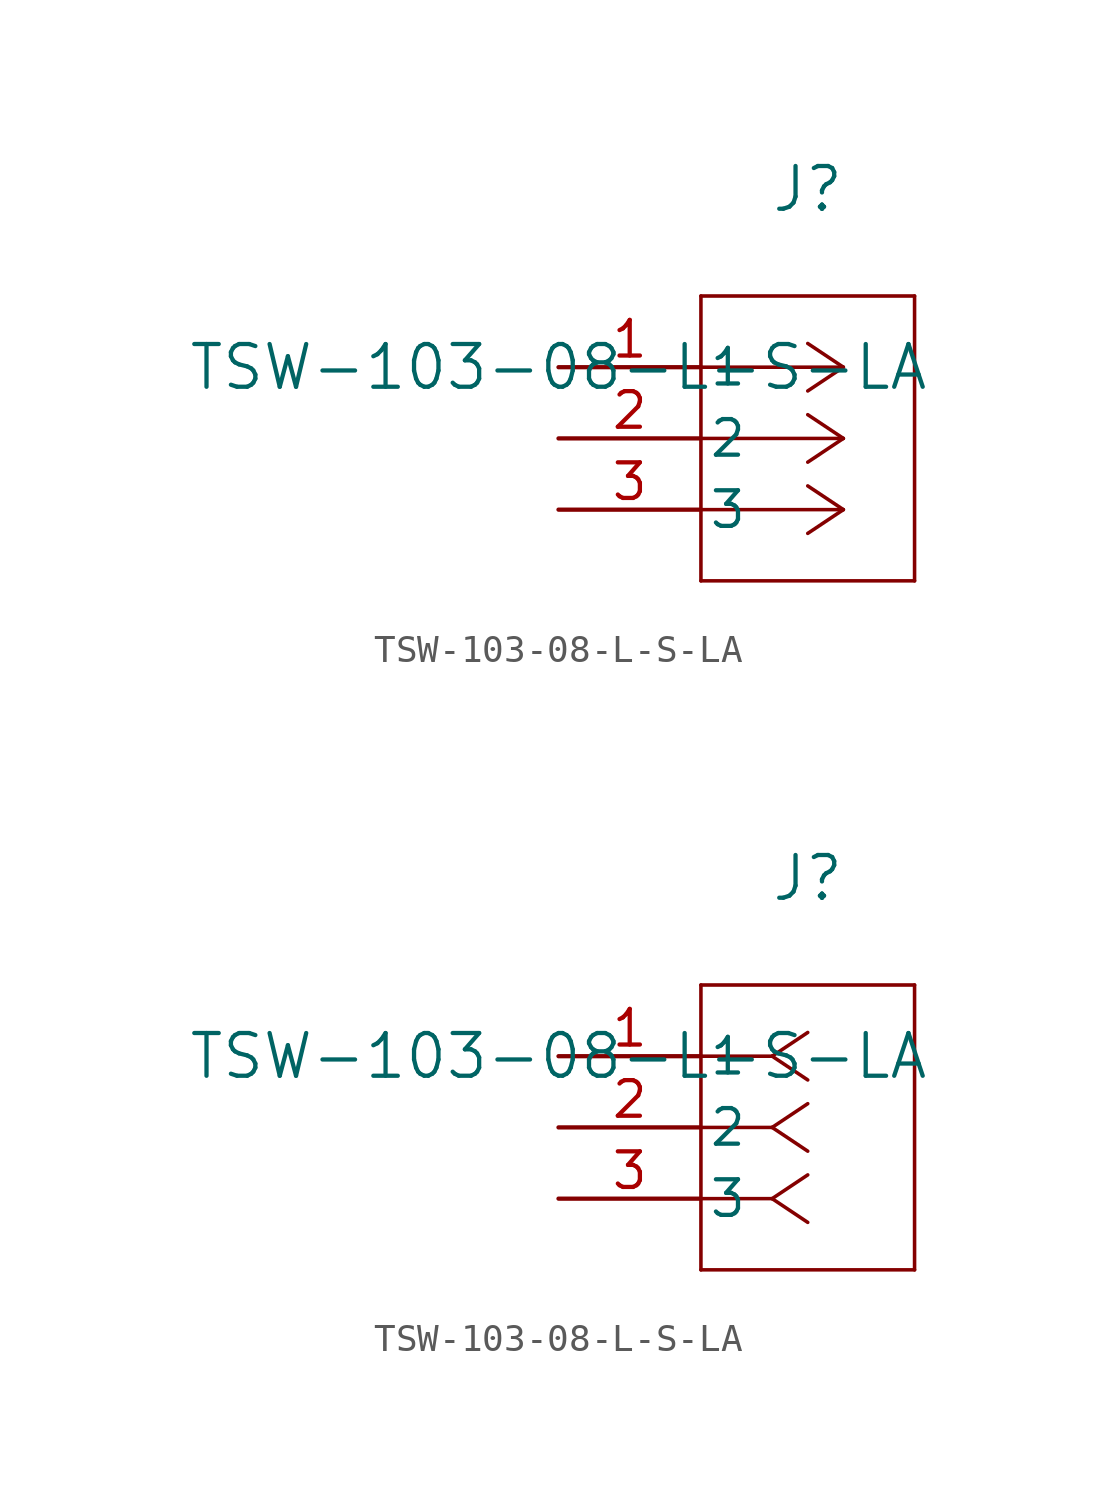
<source format=kicad_sym>
(kicad_symbol_lib
  (version 20211014)
  (generator kicad_symbol_editor)
  (symbol "TSW-103-08-L-S-LA"
    (pin_names
      (offset 0.254))
    (property "Reference" "J"
      (at 8.89 6.35 0)
      (effects (font (size 1.524 1.524))))
    (property "Value" "TSW-103-08-L-S-LA"
      (at 0 0 0)
      (effects (font (size 1.524 1.524))))
    (symbol "TSW-103-08-L-S-LA_1_1"
      (polyline (pts (xy 10.16 0) (xy 5.08 0)) (stroke (width 0.127) (type default) (color 0 0 0 0)) (fill (type none)))
      (polyline (pts (xy 10.16 -2.54) (xy 5.08 -2.54)) (stroke (width 0.127) (type default) (color 0 0 0 0)) (fill (type none)))
      (polyline (pts (xy 10.16 -5.08) (xy 5.08 -5.08)) (stroke (width 0.127) (type default) (color 0 0 0 0)) (fill (type none)))
      (polyline (pts (xy 10.16 0) (xy 8.89 0.847)) (stroke (width 0.127) (type default) (color 0 0 0 0)) (fill (type none)))
      (polyline (pts (xy 10.16 -2.54) (xy 8.89 -1.693)) (stroke (width 0.127) (type default) (color 0 0 0 0)) (fill (type none)))
      (polyline (pts (xy 10.16 -5.08) (xy 8.89 -4.233)) (stroke (width 0.127) (type default) (color 0 0 0 0)) (fill (type none)))
      (polyline (pts (xy 10.16 0) (xy 8.89 -0.847)) (stroke (width 0.127) (type default) (color 0 0 0 0)) (fill (type none)))
      (polyline (pts (xy 10.16 -2.54) (xy 8.89 -3.387)) (stroke (width 0.127) (type default) (color 0 0 0 0)) (fill (type none)))
      (polyline (pts (xy 10.16 -5.08) (xy 8.89 -5.927)) (stroke (width 0.127) (type default) (color 0 0 0 0)) (fill (type none)))
      (polyline (pts (xy 5.08 2.54) (xy 5.08 -7.62)) (stroke (width 0.127) (type default) (color 0 0 0 0)) (fill (type none)))
      (polyline (pts (xy 5.08 -7.62) (xy 12.7 -7.62)) (stroke (width 0.127) (type default) (color 0 0 0 0)) (fill (type none)))
      (polyline (pts (xy 12.7 -7.62) (xy 12.7 2.54)) (stroke (width 0.127) (type default) (color 0 0 0 0)) (fill (type none)))
      (polyline (pts (xy 12.7 2.54) (xy 5.08 2.54)) (stroke (width 0.127) (type default) (color 0 0 0 0)) (fill (type none)))
      (pin unspecified line (at 0 0 0) (length 5.08) (name "1" (effects (font (size 1.27 1.27)))) (number "1" (effects (font (size 1.27 1.27)))))
      (pin unspecified line (at 0 -2.54 0) (length 5.08) (name "2" (effects (font (size 1.27 1.27)))) (number "2" (effects (font (size 1.27 1.27)))))
      (pin unspecified line (at 0 -5.08 0) (length 5.08) (name "3" (effects (font (size 1.27 1.27)))) (number "3" (effects (font (size 1.27 1.27))))))
    (symbol "TSW-103-08-L-S-LA_1_2"
      (polyline (pts (xy 7.62 0) (xy 5.08 0)) (stroke (width 0.127) (type default) (color 0 0 0 0)) (fill (type none)))
      (polyline (pts (xy 7.62 -2.54) (xy 5.08 -2.54)) (stroke (width 0.127) (type default) (color 0 0 0 0)) (fill (type none)))
      (polyline (pts (xy 7.62 -5.08) (xy 5.08 -5.08)) (stroke (width 0.127) (type default) (color 0 0 0 0)) (fill (type none)))
      (polyline (pts (xy 7.62 0) (xy 8.89 0.847)) (stroke (width 0.127) (type default) (color 0 0 0 0)) (fill (type none)))
      (polyline (pts (xy 7.62 -2.54) (xy 8.89 -1.693)) (stroke (width 0.127) (type default) (color 0 0 0 0)) (fill (type none)))
      (polyline (pts (xy 7.62 -5.08) (xy 8.89 -4.233)) (stroke (width 0.127) (type default) (color 0 0 0 0)) (fill (type none)))
      (polyline (pts (xy 7.62 0) (xy 8.89 -0.847)) (stroke (width 0.127) (type default) (color 0 0 0 0)) (fill (type none)))
      (polyline (pts (xy 7.62 -2.54) (xy 8.89 -3.387)) (stroke (width 0.127) (type default) (color 0 0 0 0)) (fill (type none)))
      (polyline (pts (xy 7.62 -5.08) (xy 8.89 -5.927)) (stroke (width 0.127) (type default) (color 0 0 0 0)) (fill (type none)))
      (polyline (pts (xy 5.08 2.54) (xy 5.08 -7.62)) (stroke (width 0.127) (type default) (color 0 0 0 0)) (fill (type none)))
      (polyline (pts (xy 5.08 -7.62) (xy 12.7 -7.62)) (stroke (width 0.127) (type default) (color 0 0 0 0)) (fill (type none)))
      (polyline (pts (xy 12.7 -7.62) (xy 12.7 2.54)) (stroke (width 0.127) (type default) (color 0 0 0 0)) (fill (type none)))
      (polyline (pts (xy 12.7 2.54) (xy 5.08 2.54)) (stroke (width 0.127) (type default) (color 0 0 0 0)) (fill (type none)))
      (pin unspecified line (at 0 0 0) (length 5.08) (name "1" (effects (font (size 1.27 1.27)))) (number "1" (effects (font (size 1.27 1.27)))))
      (pin unspecified line (at 0 -2.54 0) (length 5.08) (name "2" (effects (font (size 1.27 1.27)))) (number "2" (effects (font (size 1.27 1.27)))))
      (pin unspecified line (at 0 -5.08 0) (length 5.08) (name "3" (effects (font (size 1.27 1.27)))) (number "3" (effects (font (size 1.27 1.27))))))))
</source>
